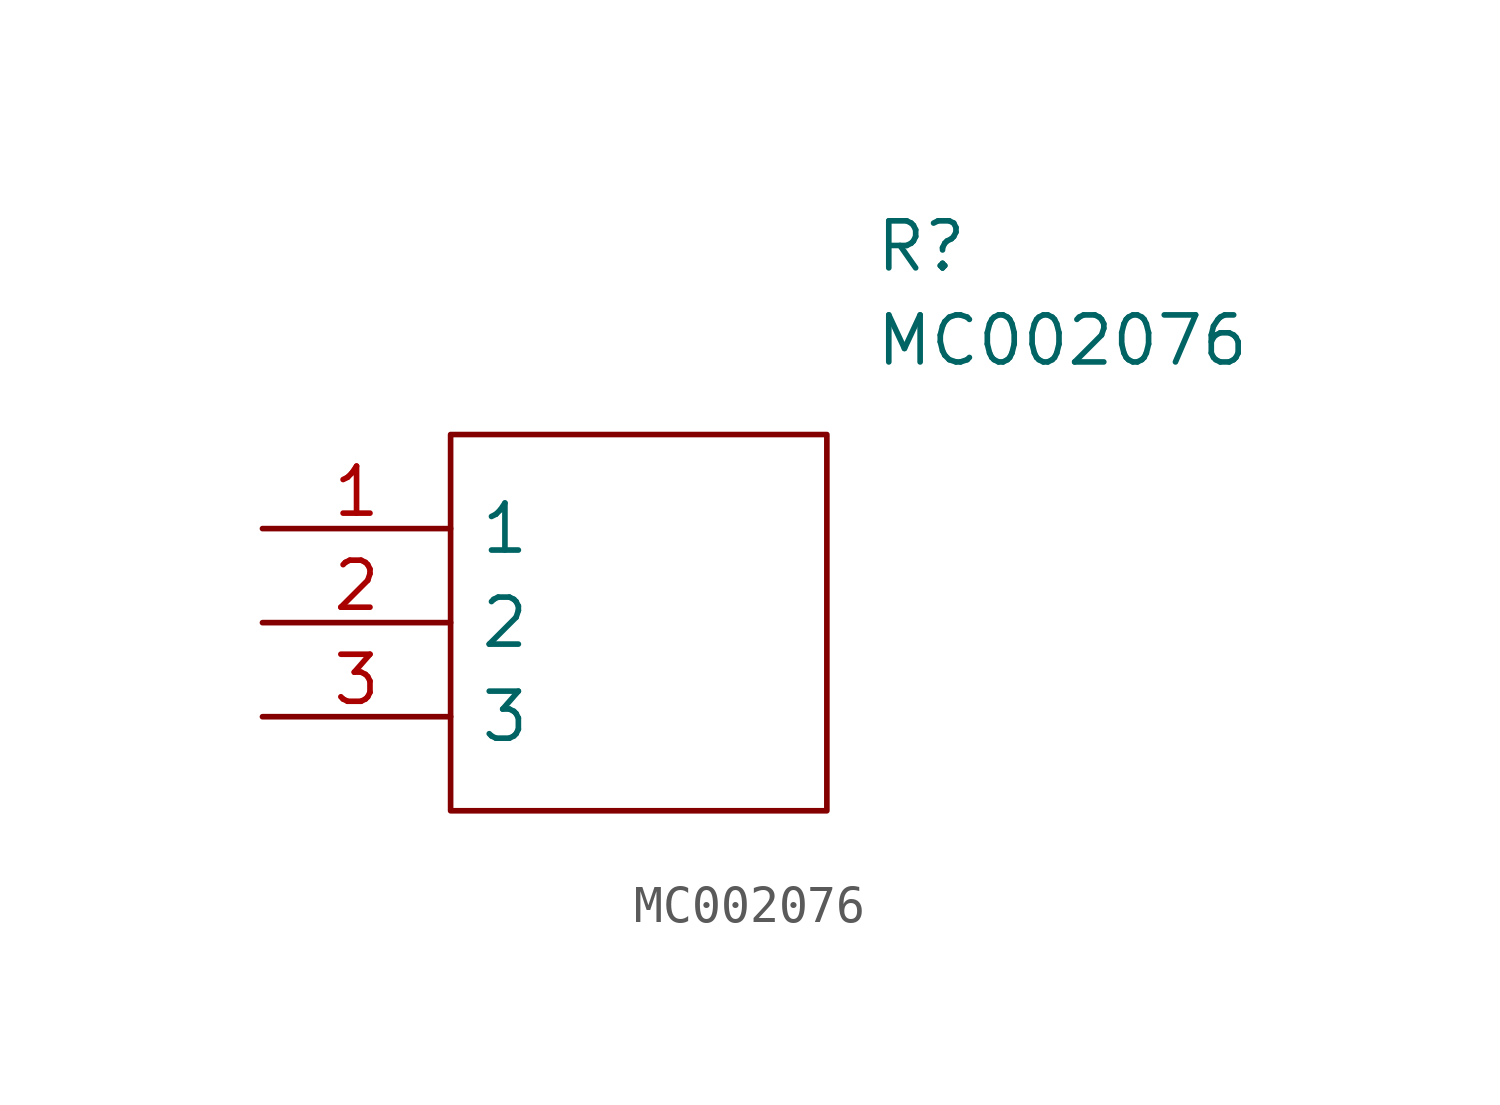
<source format=kicad_sym>
(kicad_symbol_lib
  (version 20211014)
  (generator kicad_symbol_editor)
  (symbol "MC002076"
    (pin_names
      (offset 0.762))
    (property "Reference" "R"
      (at 16.51 7.62 0)
      (effects (font (size 1.27 1.27)) (justify left)))
    (property "Value" "MC002076"
      (at 16.51 5.08 0)
      (effects (font (size 1.27 1.27)) (justify left)))
    (symbol "MC002076_0_0"
      (pin passive line (at 0 0 0) (length 5.08) (name "1" (effects (font (size 1.27 1.27)))) (number "1" (effects (font (size 1.27 1.27)))))
      (pin passive line (at 0 -2.54 0) (length 5.08) (name "2" (effects (font (size 1.27 1.27)))) (number "2" (effects (font (size 1.27 1.27)))))
      (pin passive line (at 0 -5.08 0) (length 5.08) (name "3" (effects (font (size 1.27 1.27)))) (number "3" (effects (font (size 1.27 1.27))))))
    (symbol "MC002076_0_1"
      (polyline (pts (xy 5.08 2.54) (xy 15.24 2.54) (xy 15.24 -7.62) (xy 5.08 -7.62) (xy 5.08 2.54)) (stroke (width 0.152) (type default) (color 0 0 0 0)) (fill (type none))))))
</source>
